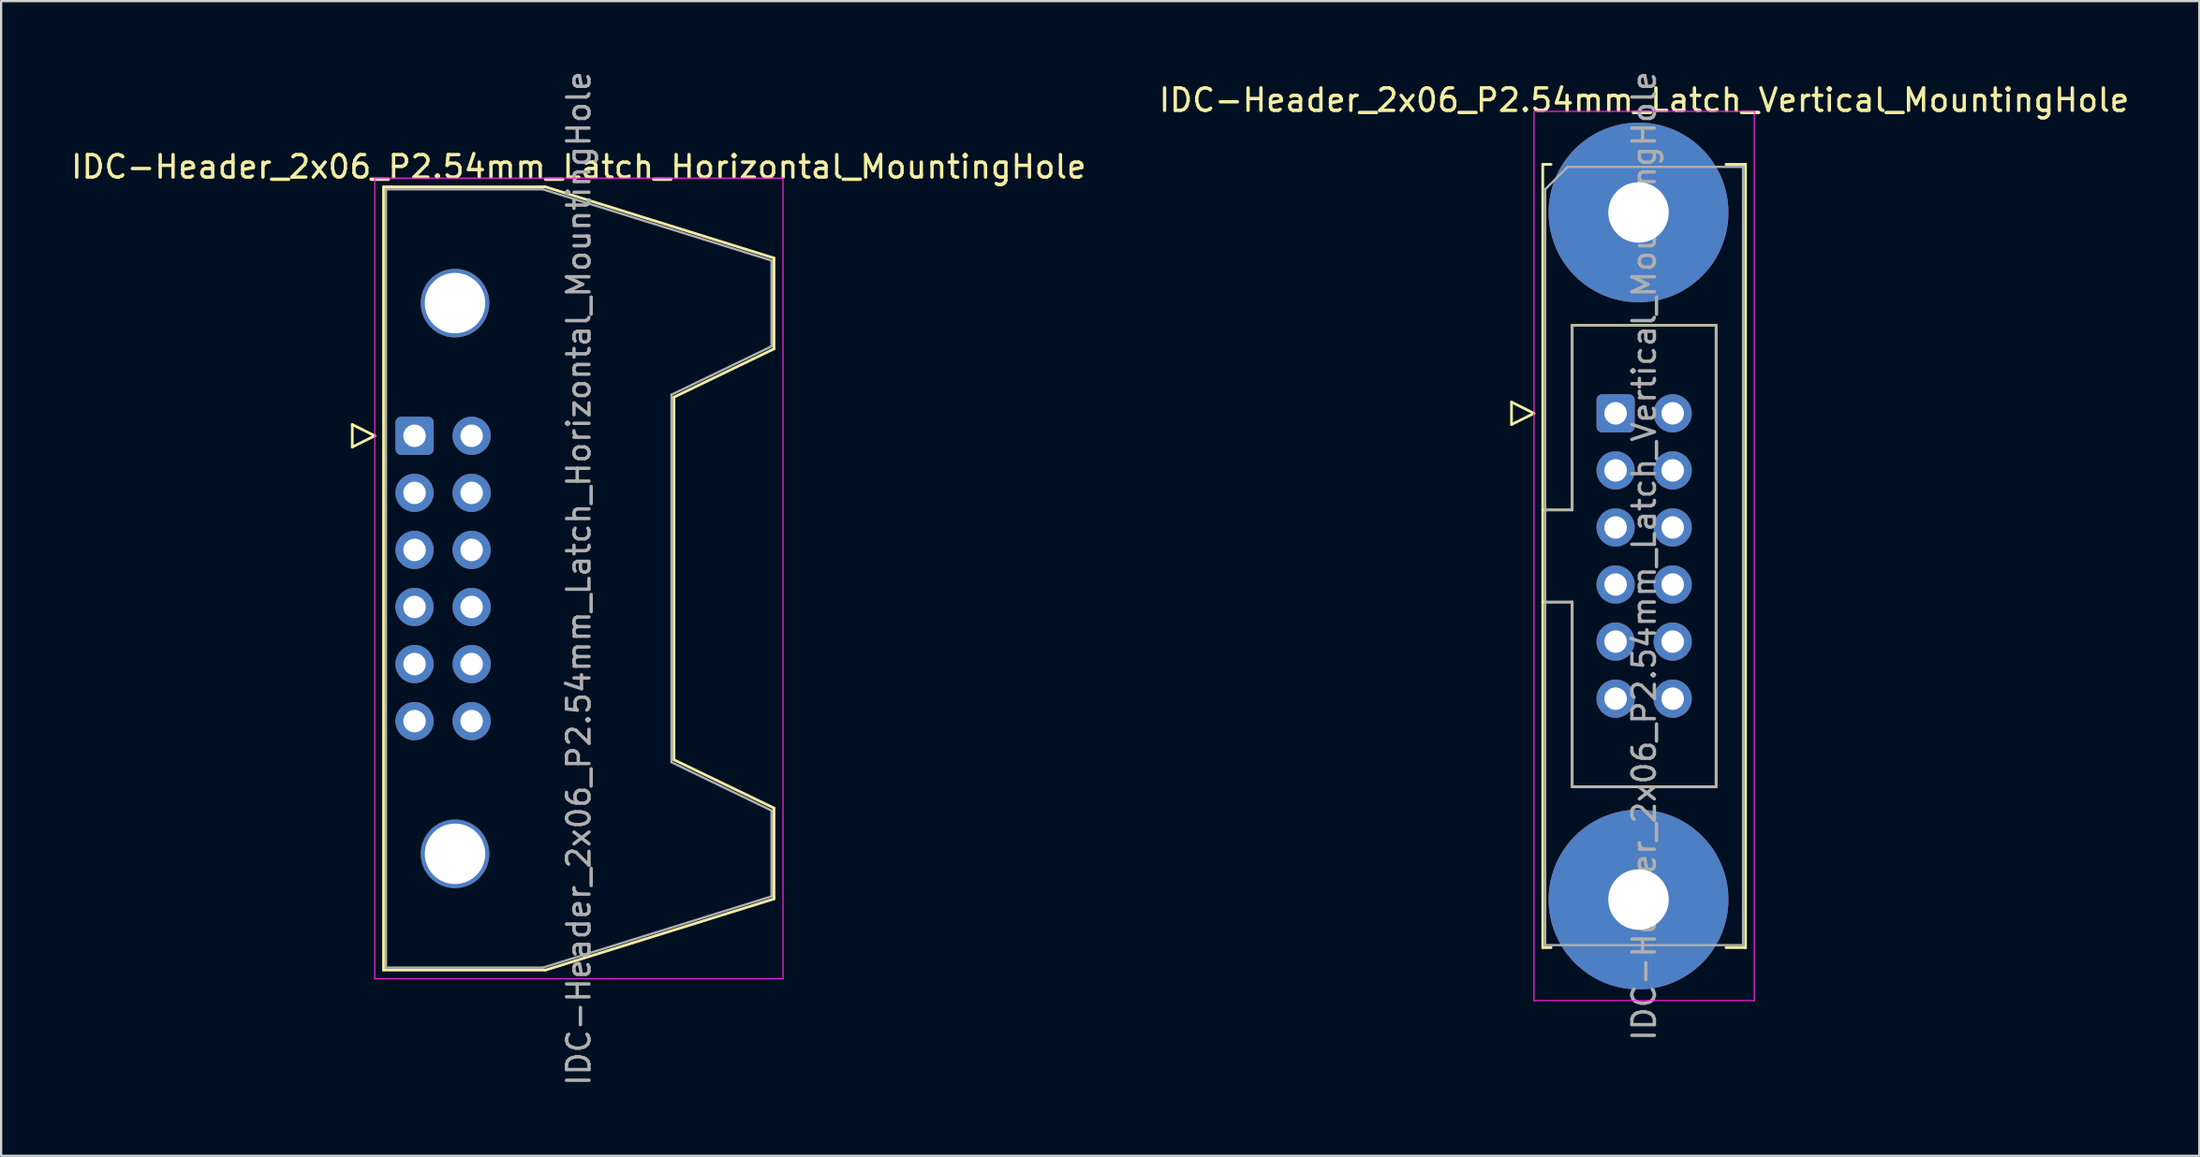
<source format=kicad_pcb>
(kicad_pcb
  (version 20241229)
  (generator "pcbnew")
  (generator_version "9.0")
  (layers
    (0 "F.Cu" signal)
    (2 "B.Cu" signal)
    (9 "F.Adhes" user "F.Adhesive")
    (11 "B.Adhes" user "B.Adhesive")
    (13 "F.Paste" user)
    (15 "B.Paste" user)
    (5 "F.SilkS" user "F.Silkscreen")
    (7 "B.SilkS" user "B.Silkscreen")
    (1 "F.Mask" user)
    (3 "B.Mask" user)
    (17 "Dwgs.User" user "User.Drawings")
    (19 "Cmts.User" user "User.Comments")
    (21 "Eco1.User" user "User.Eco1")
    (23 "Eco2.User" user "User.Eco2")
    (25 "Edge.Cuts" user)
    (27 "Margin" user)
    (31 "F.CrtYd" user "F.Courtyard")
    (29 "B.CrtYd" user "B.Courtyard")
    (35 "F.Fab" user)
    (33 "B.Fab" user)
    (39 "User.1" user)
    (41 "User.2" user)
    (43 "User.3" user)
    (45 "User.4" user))
  (footprint "IDC-Header_2x06_P2.54mm_Latch_Horizontal_MountingHole"
    (layer "F.Cu")
    (at 15.391 16.346)
    (property "Reference" "IDC-Header_2x06_P2.54mm_Latch_Horizontal_MountingHole" (at 7.305 -11.97 0) (layer "F.SilkS") (effects (font (size 1 1) (thickness 0.15))))
    (attr through_hole)
    (fp_line (start -2.77 -0.5) (end -2.77 0.5) (stroke (width 0.12) (type solid)) (layer "F.SilkS"))
    (fp_line (start -2.77 0.5) (end -1.77 0) (stroke (width 0.12) (type solid)) (layer "F.SilkS"))
    (fp_line (start -1.77 0) (end -2.77 -0.5) (stroke (width 0.12) (type solid)) (layer "F.SilkS"))
    (fp_line (start -1.38 -11.08) (end 5.82 -11.08) (stroke (width 0.12) (type solid)) (layer "F.SilkS"))
    (fp_line (start -1.38 23.78) (end -1.38 -11.08) (stroke (width 0.12) (type solid)) (layer "F.SilkS"))
    (fp_line (start 5.82 -11.08) (end 15.99 -7.91) (stroke (width 0.12) (type solid)) (layer "F.SilkS"))
    (fp_line (start 5.82 23.78) (end -1.38 23.78) (stroke (width 0.12) (type solid)) (layer "F.SilkS"))
    (fp_line (start 11.54 -1.72) (end 11.54 14.42) (stroke (width 0.12) (type solid)) (layer "F.SilkS"))
    (fp_line (start 11.54 14.42) (end 15.99 16.57) (stroke (width 0.12) (type solid)) (layer "F.SilkS"))
    (fp_line (start 15.99 -7.91) (end 15.99 -3.87) (stroke (width 0.12) (type solid)) (layer "F.SilkS"))
    (fp_line (start 15.99 -3.87) (end 11.54 -1.72) (stroke (width 0.12) (type solid)) (layer "F.SilkS"))
    (fp_line (start 15.99 16.57) (end 15.99 20.61) (stroke (width 0.12) (type solid)) (layer "F.SilkS"))
    (fp_line (start 15.99 20.61) (end 5.82 23.78) (stroke (width 0.12) (type solid)) (layer "F.SilkS"))
    (fp_line (start -1.77 -11.47) (end -1.77 24.17) (stroke (width 0.05) (type solid)) (layer "F.CrtYd"))
    (fp_line (start -1.77 24.17) (end 16.39 24.17) (stroke (width 0.05) (type solid)) (layer "F.CrtYd"))
    (fp_line (start 16.39 -11.47) (end -1.77 -11.47) (stroke (width 0.05) (type solid)) (layer "F.CrtYd"))
    (fp_line (start 16.39 24.17) (end 16.39 -11.47) (stroke (width 0.05) (type solid)) (layer "F.CrtYd"))
    (fp_line (start -1.27 -10.97) (end 5.71 -10.97) (stroke (width 0.1) (type solid)) (layer "F.Fab"))
    (fp_line (start -1.27 23.67) (end -1.27 -10.97) (stroke (width 0.1) (type solid)) (layer "F.Fab"))
    (fp_line (start 5.71 -10.97) (end 15.88 -7.8) (stroke (width 0.1) (type solid)) (layer "F.Fab"))
    (fp_line (start 5.71 23.67) (end -1.27 23.67) (stroke (width 0.1) (type solid)) (layer "F.Fab"))
    (fp_line (start 11.43 -1.83) (end 11.43 14.53) (stroke (width 0.1) (type solid)) (layer "F.Fab"))
    (fp_line (start 11.43 14.53) (end 15.88 16.68) (stroke (width 0.1) (type solid)) (layer "F.Fab"))
    (fp_line (start 15.88 -7.8) (end 15.88 -3.98) (stroke (width 0.1) (type solid)) (layer "F.Fab"))
    (fp_line (start 15.88 -3.98) (end 11.43 -1.83) (stroke (width 0.1) (type solid)) (layer "F.Fab"))
    (fp_line (start 15.88 16.68) (end 15.88 20.5) (stroke (width 0.1) (type solid)) (layer "F.Fab"))
    (fp_line (start 15.88 20.5) (end 5.71 23.67) (stroke (width 0.1) (type solid)) (layer "F.Fab"))
    (fp_text user "${REFERENCE}" (at 7.305 6.35 90) (layer "F.Fab") (effects (font (size 1 1) (thickness 0.15))))
    (pad "" thru_hole circle (at 1.8 -5.905) (size 3.05 3.05) (drill 2.69) (layers "*.Cu" "*.Mask"))
    (pad "" thru_hole circle (at 1.8 18.605) (size 3.05 3.05) (drill 2.69) (layers "*.Cu" "*.Mask"))
    (pad "1" thru_hole roundrect (at 0 0) (size 1.7 1.7) (drill 1) (layers "*.Cu" "*.Mask") (roundrect_rratio 0.147))
    (pad "2" thru_hole circle (at 2.54 0) (size 1.7 1.7) (drill 1) (layers "*.Cu" "*.Mask"))
    (pad "3" thru_hole circle (at 0 2.54) (size 1.7 1.7) (drill 1) (layers "*.Cu" "*.Mask"))
    (pad "4" thru_hole circle (at 2.54 2.54) (size 1.7 1.7) (drill 1) (layers "*.Cu" "*.Mask"))
    (pad "5" thru_hole circle (at 0 5.08) (size 1.7 1.7) (drill 1) (layers "*.Cu" "*.Mask"))
    (pad "6" thru_hole circle (at 2.54 5.08) (size 1.7 1.7) (drill 1) (layers "*.Cu" "*.Mask"))
    (pad "7" thru_hole circle (at 0 7.62) (size 1.7 1.7) (drill 1) (layers "*.Cu" "*.Mask"))
    (pad "8" thru_hole circle (at 2.54 7.62) (size 1.7 1.7) (drill 1) (layers "*.Cu" "*.Mask"))
    (pad "9" thru_hole circle (at 0 10.16) (size 1.7 1.7) (drill 1) (layers "*.Cu" "*.Mask"))
    (pad "10" thru_hole circle (at 2.54 10.16) (size 1.7 1.7) (drill 1) (layers "*.Cu" "*.Mask"))
    (pad "11" thru_hole circle (at 0 12.7) (size 1.7 1.7) (drill 1) (layers "*.Cu" "*.Mask"))
    (pad "12" thru_hole circle (at 2.54 12.7) (size 1.7 1.7) (drill 1) (layers "*.Cu" "*.Mask")))
  (footprint "IDC-Header_2x06_P2.54mm_Latch_Vertical_MountingHole"
    (layer "F.Cu")
    (at 68.819 15.346)
    (property "Reference" "IDC-Header_2x06_P2.54mm_Latch_Vertical_MountingHole" (at 1.27 -13.94 0) (layer "F.SilkS") (effects (font (size 1 1) (thickness 0.15))))
    (attr through_hole)
    (fp_line (start -4.63 -0.5) (end -4.63 0.5) (stroke (width 0.12) (type solid)) (layer "F.SilkS"))
    (fp_line (start -4.63 0.5) (end -3.63 0) (stroke (width 0.12) (type solid)) (layer "F.SilkS"))
    (fp_line (start -3.63 0) (end -4.63 -0.5) (stroke (width 0.12) (type solid)) (layer "F.SilkS"))
    (fp_line (start -3.24 -11.08) (end -3.24 23.78) (stroke (width 0.12) (type solid)) (layer "F.SilkS"))
    (fp_line (start -3.24 4.3) (end -1.93 4.3) (stroke (width 0.12) (type solid)) (layer "F.SilkS"))
    (fp_line (start -3.24 23.78) (end -2.87 23.78) (stroke (width 0.12) (type solid)) (layer "F.SilkS"))
    (fp_line (start -2.87 -11.08) (end -3.24 -11.08) (stroke (width 0.12) (type solid)) (layer "F.SilkS"))
    (fp_line (start -1.93 -3.92) (end 4.47 -3.92) (stroke (width 0.12) (type solid)) (layer "F.SilkS"))
    (fp_line (start -1.93 4.3) (end -1.93 -3.92) (stroke (width 0.12) (type solid)) (layer "F.SilkS"))
    (fp_line (start -1.93 8.4) (end -3.24 8.4) (stroke (width 0.12) (type solid)) (layer "F.SilkS"))
    (fp_line (start -1.93 8.4) (end -1.93 8.4) (stroke (width 0.12) (type solid)) (layer "F.SilkS"))
    (fp_line (start -1.93 16.62) (end -1.93 8.4) (stroke (width 0.12) (type solid)) (layer "F.SilkS"))
    (fp_line (start 4.47 -3.92) (end 4.47 16.62) (stroke (width 0.12) (type solid)) (layer "F.SilkS"))
    (fp_line (start 4.47 16.62) (end -1.93 16.62) (stroke (width 0.12) (type solid)) (layer "F.SilkS"))
    (fp_line (start 4.91 -11.08) (end 5.78 -11.08) (stroke (width 0.12) (type solid)) (layer "F.SilkS"))
    (fp_line (start 5.78 -11.08) (end 5.78 23.78) (stroke (width 0.12) (type solid)) (layer "F.SilkS"))
    (fp_line (start 5.78 23.78) (end 4.91 23.78) (stroke (width 0.12) (type solid)) (layer "F.SilkS"))
    (fp_line (start -3.63 -13.44) (end -3.63 26.14) (stroke (width 0.05) (type solid)) (layer "F.CrtYd"))
    (fp_line (start -3.63 26.14) (end 6.17 26.14) (stroke (width 0.05) (type solid)) (layer "F.CrtYd"))
    (fp_line (start 6.17 -13.44) (end -3.63 -13.44) (stroke (width 0.05) (type solid)) (layer "F.CrtYd"))
    (fp_line (start 6.17 26.14) (end 6.17 -13.44) (stroke (width 0.05) (type solid)) (layer "F.CrtYd"))
    (fp_line (start -3.13 -9.97) (end -2.13 -10.97) (stroke (width 0.1) (type solid)) (layer "F.Fab"))
    (fp_line (start -3.13 4.3) (end -1.93 4.3) (stroke (width 0.1) (type solid)) (layer "F.Fab"))
    (fp_line (start -3.13 23.67) (end -3.13 -9.97) (stroke (width 0.1) (type solid)) (layer "F.Fab"))
    (fp_line (start -2.13 -10.97) (end 5.67 -10.97) (stroke (width 0.1) (type solid)) (layer "F.Fab"))
    (fp_line (start -1.93 -3.92) (end 4.47 -3.92) (stroke (width 0.1) (type solid)) (layer "F.Fab"))
    (fp_line (start -1.93 4.3) (end -1.93 -3.92) (stroke (width 0.1) (type solid)) (layer "F.Fab"))
    (fp_line (start -1.93 8.4) (end -3.13 8.4) (stroke (width 0.1) (type solid)) (layer "F.Fab"))
    (fp_line (start -1.93 8.4) (end -1.93 8.4) (stroke (width 0.1) (type solid)) (layer "F.Fab"))
    (fp_line (start -1.93 16.62) (end -1.93 8.4) (stroke (width 0.1) (type solid)) (layer "F.Fab"))
    (fp_line (start 4.47 -3.92) (end 4.47 16.62) (stroke (width 0.1) (type solid)) (layer "F.Fab"))
    (fp_line (start 4.47 16.62) (end -1.93 16.62) (stroke (width 0.1) (type solid)) (layer "F.Fab"))
    (fp_line (start 5.67 -10.97) (end 5.67 23.67) (stroke (width 0.1) (type solid)) (layer "F.Fab"))
    (fp_line (start 5.67 23.67) (end -3.13 23.67) (stroke (width 0.1) (type solid)) (layer "F.Fab"))
    (fp_text user "${REFERENCE}" (at 1.27 6.35 90) (layer "F.Fab") (effects (font (size 1 1) (thickness 0.15))))
    (pad "" thru_hole circle (at 1.02 -8.94) (size 8 8) (drill 2.69) (layers "*.Cu" "*.Mask"))
    (pad "" thru_hole circle (at 1.02 21.64) (size 8 8) (drill 2.69) (layers "*.Cu" "*.Mask"))
    (pad "1" thru_hole roundrect (at 0 0) (size 1.7 1.7) (drill 1) (layers "*.Cu" "*.Mask") (roundrect_rratio 0.147))
    (pad "2" thru_hole circle (at 2.54 0) (size 1.7 1.7) (drill 1) (layers "*.Cu" "*.Mask"))
    (pad "3" thru_hole circle (at 0 2.54) (size 1.7 1.7) (drill 1) (layers "*.Cu" "*.Mask"))
    (pad "4" thru_hole circle (at 2.54 2.54) (size 1.7 1.7) (drill 1) (layers "*.Cu" "*.Mask"))
    (pad "5" thru_hole circle (at 0 5.08) (size 1.7 1.7) (drill 1) (layers "*.Cu" "*.Mask"))
    (pad "6" thru_hole circle (at 2.54 5.08) (size 1.7 1.7) (drill 1) (layers "*.Cu" "*.Mask"))
    (pad "7" thru_hole circle (at 0 7.62) (size 1.7 1.7) (drill 1) (layers "*.Cu" "*.Mask"))
    (pad "8" thru_hole circle (at 2.54 7.62) (size 1.7 1.7) (drill 1) (layers "*.Cu" "*.Mask"))
    (pad "9" thru_hole circle (at 0 10.16) (size 1.7 1.7) (drill 1) (layers "*.Cu" "*.Mask"))
    (pad "10" thru_hole circle (at 2.54 10.16) (size 1.7 1.7) (drill 1) (layers "*.Cu" "*.Mask"))
    (pad "11" thru_hole circle (at 0 12.7) (size 1.7 1.7) (drill 1) (layers "*.Cu" "*.Mask"))
    (pad "12" thru_hole circle (at 2.54 12.7) (size 1.7 1.7) (drill 1) (layers "*.Cu" "*.Mask")))
  (gr_rect
    (start -3 -3)
    (end 94.786 48.393)
    (stroke (width 0.1) (type default))
    (fill no)
    (layer "Edge.Cuts")))
</source>
